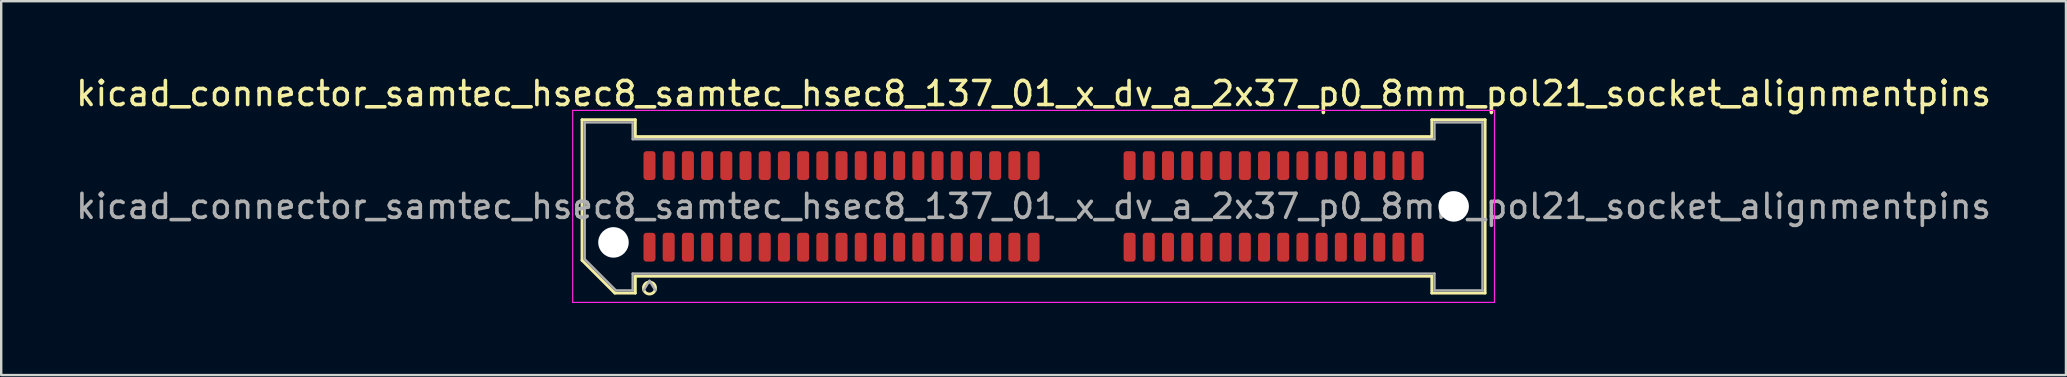
<source format=kicad_pcb>
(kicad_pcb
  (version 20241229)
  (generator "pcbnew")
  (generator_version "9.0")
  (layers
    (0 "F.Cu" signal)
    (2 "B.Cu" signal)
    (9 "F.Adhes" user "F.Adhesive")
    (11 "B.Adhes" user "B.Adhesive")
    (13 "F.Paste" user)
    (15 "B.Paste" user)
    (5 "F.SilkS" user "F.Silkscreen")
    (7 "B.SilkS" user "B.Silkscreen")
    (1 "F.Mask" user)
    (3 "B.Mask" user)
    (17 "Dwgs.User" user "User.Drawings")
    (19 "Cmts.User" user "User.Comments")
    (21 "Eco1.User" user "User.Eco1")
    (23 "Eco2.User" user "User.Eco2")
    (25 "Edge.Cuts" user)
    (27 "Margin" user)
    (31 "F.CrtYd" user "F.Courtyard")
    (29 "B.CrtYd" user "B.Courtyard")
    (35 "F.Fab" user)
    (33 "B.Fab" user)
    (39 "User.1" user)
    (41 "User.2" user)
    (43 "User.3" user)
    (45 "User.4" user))
  (footprint "kicad_connector_samtec_hsec8_samtec_hsec8_137_01_x_dv_a_2x37_p0_8mm_pol21_socket_alignmentpins"
    (layer "F.Cu")
    (at 40.006 5.548)
    (property "Reference" "kicad_connector_samtec_hsec8_samtec_hsec8_137_01_x_dv_a_2x37_p0_8mm_pol21_socket_alignmentpins" (at 0 -4.7 0) (layer "F.SilkS") (effects (font (size 1 1) (thickness 0.15))))
    (attr smd)
    (fp_line (start -18.81 -3.61) (end -16.59 -3.61) (stroke (width 0.12) (type solid)) (layer "F.SilkS"))
    (fp_line (start -18.81 2.246) (end -18.81 -3.61) (stroke (width 0.12) (type solid)) (layer "F.SilkS"))
    (fp_line (start -17.446 3.61) (end -18.81 2.246) (stroke (width 0.12) (type solid)) (layer "F.SilkS"))
    (fp_line (start -16.59 -3.61) (end -16.59 -2.91) (stroke (width 0.12) (type solid)) (layer "F.SilkS"))
    (fp_line (start -16.59 -2.91) (end 16.59 -2.91) (stroke (width 0.12) (type solid)) (layer "F.SilkS"))
    (fp_line (start -16.59 2.91) (end -16.59 3.61) (stroke (width 0.12) (type solid)) (layer "F.SilkS"))
    (fp_line (start -16.59 3.61) (end -17.446 3.61) (stroke (width 0.12) (type solid)) (layer "F.SilkS"))
    (fp_line (start 16.59 -3.61) (end 18.81 -3.61) (stroke (width 0.12) (type solid)) (layer "F.SilkS"))
    (fp_line (start 16.59 -2.91) (end 16.59 -3.61) (stroke (width 0.12) (type solid)) (layer "F.SilkS"))
    (fp_line (start 16.59 2.91) (end -16.59 2.91) (stroke (width 0.12) (type solid)) (layer "F.SilkS"))
    (fp_line (start 16.59 3.61) (end 16.59 2.91) (stroke (width 0.12) (type solid)) (layer "F.SilkS"))
    (fp_line (start 18.81 -3.61) (end 18.81 3.61) (stroke (width 0.12) (type solid)) (layer "F.SilkS"))
    (fp_line (start 18.81 3.61) (end 16.59 3.61) (stroke (width 0.12) (type solid)) (layer "F.SilkS"))
    (fp_arc (start -15.75 3.4) (mid -16.25 3.4) (end -15.75 3.4) (stroke (width 0.12) (type solid)) (layer "F.SilkS"))
    (fp_line (start -19.2 -4) (end -19.2 4) (stroke (width 0.05) (type solid)) (layer "F.CrtYd"))
    (fp_line (start -19.2 4) (end 19.2 4) (stroke (width 0.05) (type solid)) (layer "F.CrtYd"))
    (fp_line (start 19.2 -4) (end -19.2 -4) (stroke (width 0.05) (type solid)) (layer "F.CrtYd"))
    (fp_line (start 19.2 4) (end 19.2 -4) (stroke (width 0.05) (type solid)) (layer "F.CrtYd"))
    (fp_line (start -18.7 -3.5) (end -16.7 -3.5) (stroke (width 0.1) (type solid)) (layer "F.Fab"))
    (fp_line (start -18.7 2.2) (end -18.7 -3.5) (stroke (width 0.1) (type solid)) (layer "F.Fab"))
    (fp_line (start -17.4 3.5) (end -18.7 2.2) (stroke (width 0.1) (type solid)) (layer "F.Fab"))
    (fp_line (start -16.7 -3.5) (end -16.7 -2.8) (stroke (width 0.1) (type solid)) (layer "F.Fab"))
    (fp_line (start -16.7 -2.8) (end 16.7 -2.8) (stroke (width 0.1) (type solid)) (layer "F.Fab"))
    (fp_line (start -16.7 2.8) (end -16.7 3.5) (stroke (width 0.1) (type solid)) (layer "F.Fab"))
    (fp_line (start -16.7 3.5) (end -17.4 3.5) (stroke (width 0.1) (type solid)) (layer "F.Fab"))
    (fp_line (start -16 3.1) (end -16.25 3.5) (stroke (width 0.1) (type solid)) (layer "F.Fab"))
    (fp_line (start -16 3.1) (end -15.75 3.5) (stroke (width 0.1) (type solid)) (layer "F.Fab"))
    (fp_line (start 16.7 -3.5) (end 18.7 -3.5) (stroke (width 0.1) (type solid)) (layer "F.Fab"))
    (fp_line (start 16.7 -2.8) (end 16.7 -3.5) (stroke (width 0.1) (type solid)) (layer "F.Fab"))
    (fp_line (start 16.7 2.8) (end -16.7 2.8) (stroke (width 0.1) (type solid)) (layer "F.Fab"))
    (fp_line (start 16.7 3.5) (end 16.7 2.8) (stroke (width 0.1) (type solid)) (layer "F.Fab"))
    (fp_line (start 18.7 -3.5) (end 18.7 3.5) (stroke (width 0.1) (type solid)) (layer "F.Fab"))
    (fp_line (start 18.7 3.5) (end 16.7 3.5) (stroke (width 0.1) (type solid)) (layer "F.Fab"))
    (fp_text user "${REFERENCE}" (at 0 0 0) (layer "F.Fab") (effects (font (size 1 1) (thickness 0.15))))
    (pad "" np_thru_hole circle (at -17.5 1.5) (size 1.27 1.27) (drill 1.27) (layers "*.Cu" "*.Mask"))
    (pad "" np_thru_hole circle (at 17.5 0) (size 1.27 1.27) (drill 1.27) (layers "*.Cu" "*.Mask"))
    (pad "1" smd roundrect (at -16 1.7) (size 0.5 1.2) (layers "F.Cu" "F.Mask" "F.Paste") (roundrect_rratio 0.25))
    (pad "2" smd roundrect (at -16 -1.7) (size 0.5 1.2) (layers "F.Cu" "F.Mask" "F.Paste") (roundrect_rratio 0.25))
    (pad "3" smd roundrect (at -15.2 1.7) (size 0.5 1.2) (layers "F.Cu" "F.Mask" "F.Paste") (roundrect_rratio 0.25))
    (pad "4" smd roundrect (at -15.2 -1.7) (size 0.5 1.2) (layers "F.Cu" "F.Mask" "F.Paste") (roundrect_rratio 0.25))
    (pad "5" smd roundrect (at -14.4 1.7) (size 0.5 1.2) (layers "F.Cu" "F.Mask" "F.Paste") (roundrect_rratio 0.25))
    (pad "6" smd roundrect (at -14.4 -1.7) (size 0.5 1.2) (layers "F.Cu" "F.Mask" "F.Paste") (roundrect_rratio 0.25))
    (pad "7" smd roundrect (at -13.6 1.7) (size 0.5 1.2) (layers "F.Cu" "F.Mask" "F.Paste") (roundrect_rratio 0.25))
    (pad "8" smd roundrect (at -13.6 -1.7) (size 0.5 1.2) (layers "F.Cu" "F.Mask" "F.Paste") (roundrect_rratio 0.25))
    (pad "9" smd roundrect (at -12.8 1.7) (size 0.5 1.2) (layers "F.Cu" "F.Mask" "F.Paste") (roundrect_rratio 0.25))
    (pad "10" smd roundrect (at -12.8 -1.7) (size 0.5 1.2) (layers "F.Cu" "F.Mask" "F.Paste") (roundrect_rratio 0.25))
    (pad "11" smd roundrect (at -12 1.7) (size 0.5 1.2) (layers "F.Cu" "F.Mask" "F.Paste") (roundrect_rratio 0.25))
    (pad "12" smd roundrect (at -12 -1.7) (size 0.5 1.2) (layers "F.Cu" "F.Mask" "F.Paste") (roundrect_rratio 0.25))
    (pad "13" smd roundrect (at -11.2 1.7) (size 0.5 1.2) (layers "F.Cu" "F.Mask" "F.Paste") (roundrect_rratio 0.25))
    (pad "14" smd roundrect (at -11.2 -1.7) (size 0.5 1.2) (layers "F.Cu" "F.Mask" "F.Paste") (roundrect_rratio 0.25))
    (pad "15" smd roundrect (at -10.4 1.7) (size 0.5 1.2) (layers "F.Cu" "F.Mask" "F.Paste") (roundrect_rratio 0.25))
    (pad "16" smd roundrect (at -10.4 -1.7) (size 0.5 1.2) (layers "F.Cu" "F.Mask" "F.Paste") (roundrect_rratio 0.25))
    (pad "17" smd roundrect (at -9.6 1.7) (size 0.5 1.2) (layers "F.Cu" "F.Mask" "F.Paste") (roundrect_rratio 0.25))
    (pad "18" smd roundrect (at -9.6 -1.7) (size 0.5 1.2) (layers "F.Cu" "F.Mask" "F.Paste") (roundrect_rratio 0.25))
    (pad "19" smd roundrect (at -8.8 1.7) (size 0.5 1.2) (layers "F.Cu" "F.Mask" "F.Paste") (roundrect_rratio 0.25))
    (pad "20" smd roundrect (at -8.8 -1.7) (size 0.5 1.2) (layers "F.Cu" "F.Mask" "F.Paste") (roundrect_rratio 0.25))
    (pad "21" smd roundrect (at -8 1.7) (size 0.5 1.2) (layers "F.Cu" "F.Mask" "F.Paste") (roundrect_rratio 0.25))
    (pad "22" smd roundrect (at -8 -1.7) (size 0.5 1.2) (layers "F.Cu" "F.Mask" "F.Paste") (roundrect_rratio 0.25))
    (pad "23" smd roundrect (at -7.2 1.7) (size 0.5 1.2) (layers "F.Cu" "F.Mask" "F.Paste") (roundrect_rratio 0.25))
    (pad "24" smd roundrect (at -7.2 -1.7) (size 0.5 1.2) (layers "F.Cu" "F.Mask" "F.Paste") (roundrect_rratio 0.25))
    (pad "25" smd roundrect (at -6.4 1.7) (size 0.5 1.2) (layers "F.Cu" "F.Mask" "F.Paste") (roundrect_rratio 0.25))
    (pad "26" smd roundrect (at -6.4 -1.7) (size 0.5 1.2) (layers "F.Cu" "F.Mask" "F.Paste") (roundrect_rratio 0.25))
    (pad "27" smd roundrect (at -5.6 1.7) (size 0.5 1.2) (layers "F.Cu" "F.Mask" "F.Paste") (roundrect_rratio 0.25))
    (pad "28" smd roundrect (at -5.6 -1.7) (size 0.5 1.2) (layers "F.Cu" "F.Mask" "F.Paste") (roundrect_rratio 0.25))
    (pad "29" smd roundrect (at -4.8 1.7) (size 0.5 1.2) (layers "F.Cu" "F.Mask" "F.Paste") (roundrect_rratio 0.25))
    (pad "30" smd roundrect (at -4.8 -1.7) (size 0.5 1.2) (layers "F.Cu" "F.Mask" "F.Paste") (roundrect_rratio 0.25))
    (pad "31" smd roundrect (at -4 1.7) (size 0.5 1.2) (layers "F.Cu" "F.Mask" "F.Paste") (roundrect_rratio 0.25))
    (pad "32" smd roundrect (at -4 -1.7) (size 0.5 1.2) (layers "F.Cu" "F.Mask" "F.Paste") (roundrect_rratio 0.25))
    (pad "33" smd roundrect (at -3.2 1.7) (size 0.5 1.2) (layers "F.Cu" "F.Mask" "F.Paste") (roundrect_rratio 0.25))
    (pad "34" smd roundrect (at -3.2 -1.7) (size 0.5 1.2) (layers "F.Cu" "F.Mask" "F.Paste") (roundrect_rratio 0.25))
    (pad "35" smd roundrect (at -2.4 1.7) (size 0.5 1.2) (layers "F.Cu" "F.Mask" "F.Paste") (roundrect_rratio 0.25))
    (pad "36" smd roundrect (at -2.4 -1.7) (size 0.5 1.2) (layers "F.Cu" "F.Mask" "F.Paste") (roundrect_rratio 0.25))
    (pad "37" smd roundrect (at -1.6 1.7) (size 0.5 1.2) (layers "F.Cu" "F.Mask" "F.Paste") (roundrect_rratio 0.25))
    (pad "38" smd roundrect (at -1.6 -1.7) (size 0.5 1.2) (layers "F.Cu" "F.Mask" "F.Paste") (roundrect_rratio 0.25))
    (pad "39" smd roundrect (at -0.8 1.7) (size 0.5 1.2) (layers "F.Cu" "F.Mask" "F.Paste") (roundrect_rratio 0.25))
    (pad "40" smd roundrect (at -0.8 -1.7) (size 0.5 1.2) (layers "F.Cu" "F.Mask" "F.Paste") (roundrect_rratio 0.25))
    (pad "41" smd roundrect (at 0 1.7) (size 0.5 1.2) (layers "F.Cu" "F.Mask" "F.Paste") (roundrect_rratio 0.25))
    (pad "42" smd roundrect (at 0 -1.7) (size 0.5 1.2) (layers "F.Cu" "F.Mask" "F.Paste") (roundrect_rratio 0.25))
    (pad "43" smd roundrect (at 4 1.7) (size 0.5 1.2) (layers "F.Cu" "F.Mask" "F.Paste") (roundrect_rratio 0.25))
    (pad "44" smd roundrect (at 4 -1.7) (size 0.5 1.2) (layers "F.Cu" "F.Mask" "F.Paste") (roundrect_rratio 0.25))
    (pad "45" smd roundrect (at 4.8 1.7) (size 0.5 1.2) (layers "F.Cu" "F.Mask" "F.Paste") (roundrect_rratio 0.25))
    (pad "46" smd roundrect (at 4.8 -1.7) (size 0.5 1.2) (layers "F.Cu" "F.Mask" "F.Paste") (roundrect_rratio 0.25))
    (pad "47" smd roundrect (at 5.6 1.7) (size 0.5 1.2) (layers "F.Cu" "F.Mask" "F.Paste") (roundrect_rratio 0.25))
    (pad "48" smd roundrect (at 5.6 -1.7) (size 0.5 1.2) (layers "F.Cu" "F.Mask" "F.Paste") (roundrect_rratio 0.25))
    (pad "49" smd roundrect (at 6.4 1.7) (size 0.5 1.2) (layers "F.Cu" "F.Mask" "F.Paste") (roundrect_rratio 0.25))
    (pad "50" smd roundrect (at 6.4 -1.7) (size 0.5 1.2) (layers "F.Cu" "F.Mask" "F.Paste") (roundrect_rratio 0.25))
    (pad "51" smd roundrect (at 7.2 1.7) (size 0.5 1.2) (layers "F.Cu" "F.Mask" "F.Paste") (roundrect_rratio 0.25))
    (pad "52" smd roundrect (at 7.2 -1.7) (size 0.5 1.2) (layers "F.Cu" "F.Mask" "F.Paste") (roundrect_rratio 0.25))
    (pad "53" smd roundrect (at 8 1.7) (size 0.5 1.2) (layers "F.Cu" "F.Mask" "F.Paste") (roundrect_rratio 0.25))
    (pad "54" smd roundrect (at 8 -1.7) (size 0.5 1.2) (layers "F.Cu" "F.Mask" "F.Paste") (roundrect_rratio 0.25))
    (pad "55" smd roundrect (at 8.8 1.7) (size 0.5 1.2) (layers "F.Cu" "F.Mask" "F.Paste") (roundrect_rratio 0.25))
    (pad "56" smd roundrect (at 8.8 -1.7) (size 0.5 1.2) (layers "F.Cu" "F.Mask" "F.Paste") (roundrect_rratio 0.25))
    (pad "57" smd roundrect (at 9.6 1.7) (size 0.5 1.2) (layers "F.Cu" "F.Mask" "F.Paste") (roundrect_rratio 0.25))
    (pad "58" smd roundrect (at 9.6 -1.7) (size 0.5 1.2) (layers "F.Cu" "F.Mask" "F.Paste") (roundrect_rratio 0.25))
    (pad "59" smd roundrect (at 10.4 1.7) (size 0.5 1.2) (layers "F.Cu" "F.Mask" "F.Paste") (roundrect_rratio 0.25))
    (pad "60" smd roundrect (at 10.4 -1.7) (size 0.5 1.2) (layers "F.Cu" "F.Mask" "F.Paste") (roundrect_rratio 0.25))
    (pad "61" smd roundrect (at 11.2 1.7) (size 0.5 1.2) (layers "F.Cu" "F.Mask" "F.Paste") (roundrect_rratio 0.25))
    (pad "62" smd roundrect (at 11.2 -1.7) (size 0.5 1.2) (layers "F.Cu" "F.Mask" "F.Paste") (roundrect_rratio 0.25))
    (pad "63" smd roundrect (at 12 1.7) (size 0.5 1.2) (layers "F.Cu" "F.Mask" "F.Paste") (roundrect_rratio 0.25))
    (pad "64" smd roundrect (at 12 -1.7) (size 0.5 1.2) (layers "F.Cu" "F.Mask" "F.Paste") (roundrect_rratio 0.25))
    (pad "65" smd roundrect (at 12.8 1.7) (size 0.5 1.2) (layers "F.Cu" "F.Mask" "F.Paste") (roundrect_rratio 0.25))
    (pad "66" smd roundrect (at 12.8 -1.7) (size 0.5 1.2) (layers "F.Cu" "F.Mask" "F.Paste") (roundrect_rratio 0.25))
    (pad "67" smd roundrect (at 13.6 1.7) (size 0.5 1.2) (layers "F.Cu" "F.Mask" "F.Paste") (roundrect_rratio 0.25))
    (pad "68" smd roundrect (at 13.6 -1.7) (size 0.5 1.2) (layers "F.Cu" "F.Mask" "F.Paste") (roundrect_rratio 0.25))
    (pad "69" smd roundrect (at 14.4 1.7) (size 0.5 1.2) (layers "F.Cu" "F.Mask" "F.Paste") (roundrect_rratio 0.25))
    (pad "70" smd roundrect (at 14.4 -1.7) (size 0.5 1.2) (layers "F.Cu" "F.Mask" "F.Paste") (roundrect_rratio 0.25))
    (pad "71" smd roundrect (at 15.2 1.7) (size 0.5 1.2) (layers "F.Cu" "F.Mask" "F.Paste") (roundrect_rratio 0.25))
    (pad "72" smd roundrect (at 15.2 -1.7) (size 0.5 1.2) (layers "F.Cu" "F.Mask" "F.Paste") (roundrect_rratio 0.25))
    (pad "73" smd roundrect (at 16 1.7) (size 0.5 1.2) (layers "F.Cu" "F.Mask" "F.Paste") (roundrect_rratio 0.25))
    (pad "74" smd roundrect (at 16 -1.7) (size 0.5 1.2) (layers "F.Cu" "F.Mask" "F.Paste") (roundrect_rratio 0.25)))
  (gr_rect
    (start -3 -3)
    (end 83.012 12.573)
    (stroke (width 0.1) (type default))
    (fill no)
    (layer "Edge.Cuts")))
</source>
